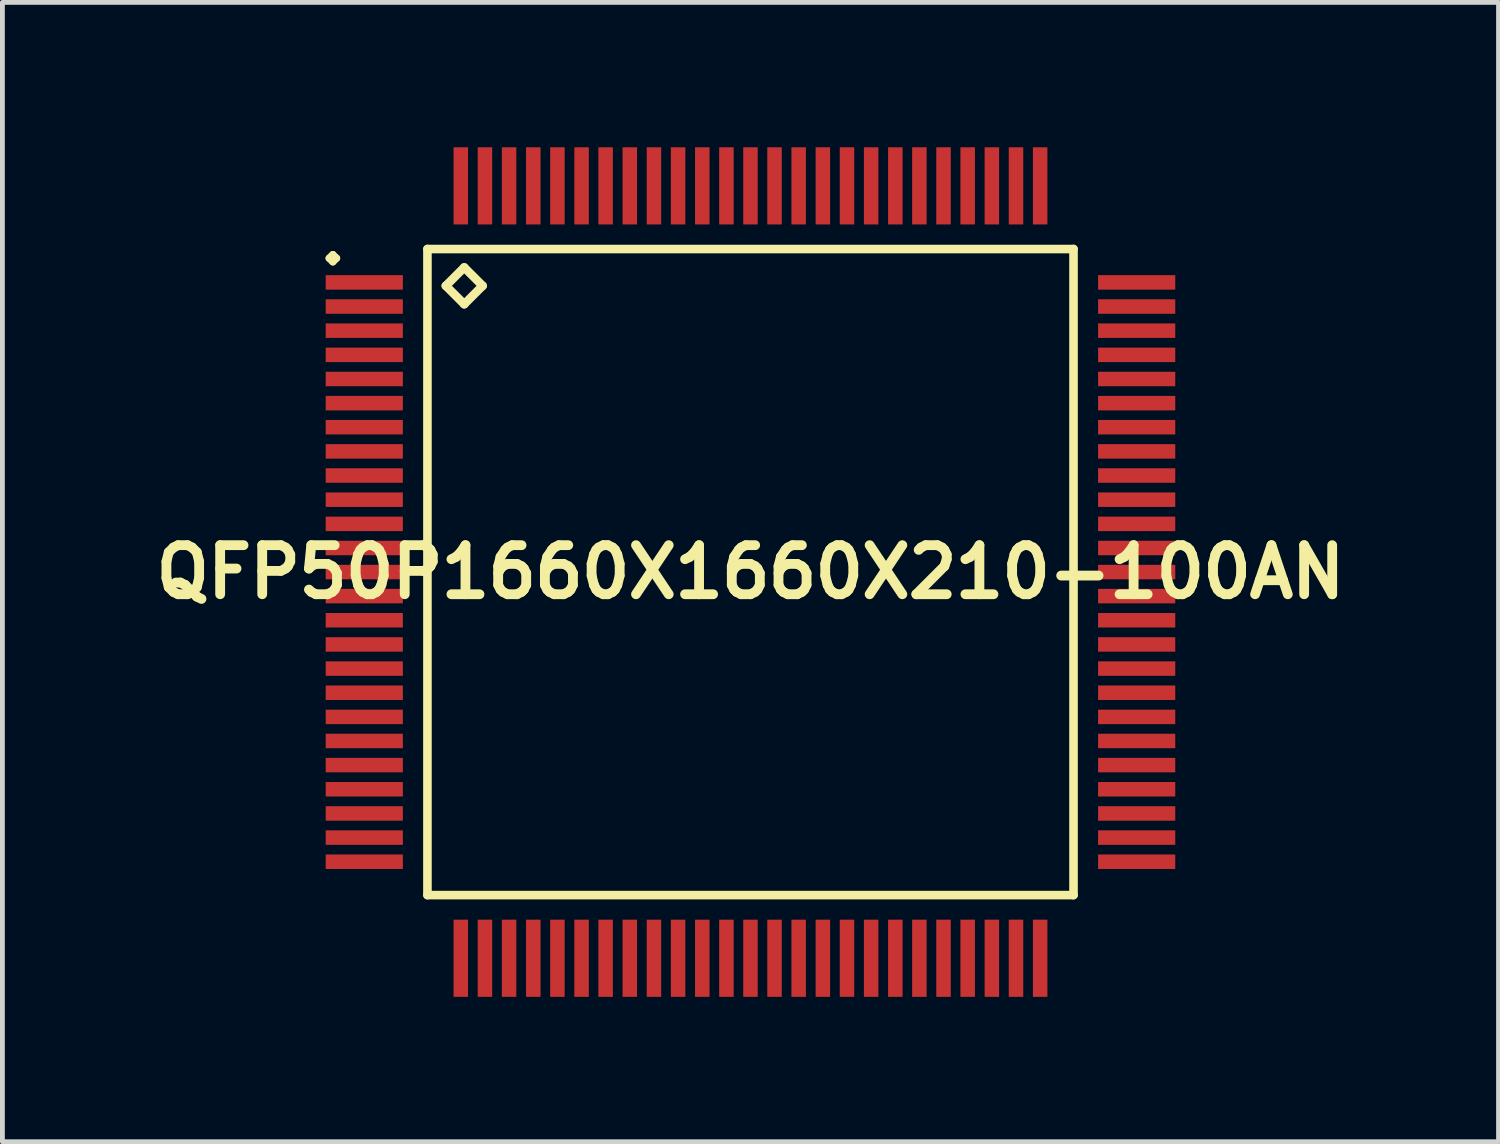
<source format=kicad_pcb>
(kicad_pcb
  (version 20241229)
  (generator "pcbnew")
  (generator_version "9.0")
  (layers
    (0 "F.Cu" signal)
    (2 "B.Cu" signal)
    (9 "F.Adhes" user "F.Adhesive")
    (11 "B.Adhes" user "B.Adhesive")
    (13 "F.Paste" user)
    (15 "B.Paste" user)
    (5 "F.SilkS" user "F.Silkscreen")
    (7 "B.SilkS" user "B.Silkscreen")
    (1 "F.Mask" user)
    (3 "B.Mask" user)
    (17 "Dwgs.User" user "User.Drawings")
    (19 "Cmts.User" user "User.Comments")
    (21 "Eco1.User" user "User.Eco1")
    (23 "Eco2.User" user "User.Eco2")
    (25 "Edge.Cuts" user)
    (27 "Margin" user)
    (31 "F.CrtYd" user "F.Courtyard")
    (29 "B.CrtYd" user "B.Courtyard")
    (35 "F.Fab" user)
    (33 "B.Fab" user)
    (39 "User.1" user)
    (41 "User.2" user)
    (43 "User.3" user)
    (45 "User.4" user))
  (footprint "QFP50P1660X1660X210-100AN"
    (layer "F.Cu")
    (at 12.492 8.797)
    (property "Reference" "QFP50P1660X1660X210-100AN" (at 0 0 0) (layer "F.SilkS") (effects (font (size 1.016 1.016) (thickness 0.203))))
    (attr smd)
    (fp_line (start -8.725 -6.5) (end -8.649 -6.574) (stroke (width 0.15) (type solid)) (layer "F.SilkS"))
    (fp_line (start -8.649 -6.574) (end -8.572 -6.5) (stroke (width 0.15) (type solid)) (layer "F.SilkS"))
    (fp_line (start -8.649 -6.424) (end -8.725 -6.5) (stroke (width 0.15) (type solid)) (layer "F.SilkS"))
    (fp_line (start -8.572 -6.5) (end -8.649 -6.424) (stroke (width 0.15) (type solid)) (layer "F.SilkS"))
    (fp_line (start -6.69 -6.69) (end -6.69 6.69) (stroke (width 0.178) (type solid)) (layer "F.SilkS"))
    (fp_line (start -6.69 6.69) (end 6.69 6.69) (stroke (width 0.178) (type solid)) (layer "F.SilkS"))
    (fp_line (start -6.309 -5.928) (end -5.928 -6.309) (stroke (width 0.178) (type solid)) (layer "F.SilkS"))
    (fp_line (start -5.928 -6.309) (end -5.547 -5.928) (stroke (width 0.178) (type solid)) (layer "F.SilkS"))
    (fp_line (start -5.928 -5.547) (end -6.309 -5.928) (stroke (width 0.178) (type solid)) (layer "F.SilkS"))
    (fp_line (start -5.547 -5.928) (end -5.928 -5.547) (stroke (width 0.178) (type solid)) (layer "F.SilkS"))
    (fp_line (start 6.69 -6.69) (end -6.69 -6.69) (stroke (width 0.178) (type solid)) (layer "F.SilkS"))
    (fp_line (start 6.69 6.69) (end 6.69 -6.69) (stroke (width 0.178) (type solid)) (layer "F.SilkS"))
    (pad "1" smd rect (at -7.998 -5.999) (size 1.598 0.3) (layers "F.Cu" "F.Mask" "F.Paste"))
    (pad "2" smd rect (at -7.998 -5.499) (size 1.598 0.3) (layers "F.Cu" "F.Mask" "F.Paste"))
    (pad "3" smd rect (at -7.998 -4.999) (size 1.598 0.3) (layers "F.Cu" "F.Mask" "F.Paste"))
    (pad "4" smd rect (at -7.998 -4.498) (size 1.598 0.3) (layers "F.Cu" "F.Mask" "F.Paste"))
    (pad "5" smd rect (at -7.998 -3.998) (size 1.598 0.3) (layers "F.Cu" "F.Mask" "F.Paste"))
    (pad "6" smd rect (at -7.998 -3.498) (size 1.598 0.3) (layers "F.Cu" "F.Mask" "F.Paste"))
    (pad "7" smd rect (at -7.998 -3) (size 1.598 0.3) (layers "F.Cu" "F.Mask" "F.Paste"))
    (pad "8" smd rect (at -7.998 -2.499) (size 1.598 0.3) (layers "F.Cu" "F.Mask" "F.Paste"))
    (pad "9" smd rect (at -7.998 -1.999) (size 1.598 0.3) (layers "F.Cu" "F.Mask" "F.Paste"))
    (pad "10" smd rect (at -7.998 -1.499) (size 1.598 0.3) (layers "F.Cu" "F.Mask" "F.Paste"))
    (pad "11" smd rect (at -7.998 -0.998) (size 1.598 0.3) (layers "F.Cu" "F.Mask" "F.Paste"))
    (pad "12" smd rect (at -7.998 -0.498) (size 1.598 0.3) (layers "F.Cu" "F.Mask" "F.Paste"))
    (pad "13" smd rect (at -7.998 0) (size 1.598 0.3) (layers "F.Cu" "F.Mask" "F.Paste"))
    (pad "14" smd rect (at -7.998 0.498) (size 1.598 0.3) (layers "F.Cu" "F.Mask" "F.Paste"))
    (pad "15" smd rect (at -7.998 0.998) (size 1.598 0.3) (layers "F.Cu" "F.Mask" "F.Paste"))
    (pad "16" smd rect (at -7.998 1.499) (size 1.598 0.3) (layers "F.Cu" "F.Mask" "F.Paste"))
    (pad "17" smd rect (at -7.998 1.999) (size 1.598 0.3) (layers "F.Cu" "F.Mask" "F.Paste"))
    (pad "18" smd rect (at -7.998 2.499) (size 1.598 0.3) (layers "F.Cu" "F.Mask" "F.Paste"))
    (pad "19" smd rect (at -7.998 3) (size 1.598 0.3) (layers "F.Cu" "F.Mask" "F.Paste"))
    (pad "20" smd rect (at -7.998 3.498) (size 1.598 0.3) (layers "F.Cu" "F.Mask" "F.Paste"))
    (pad "21" smd rect (at -7.998 3.998) (size 1.598 0.3) (layers "F.Cu" "F.Mask" "F.Paste"))
    (pad "22" smd rect (at -7.998 4.498) (size 1.598 0.3) (layers "F.Cu" "F.Mask" "F.Paste"))
    (pad "23" smd rect (at -7.998 4.999) (size 1.598 0.3) (layers "F.Cu" "F.Mask" "F.Paste"))
    (pad "24" smd rect (at -7.998 5.499) (size 1.598 0.3) (layers "F.Cu" "F.Mask" "F.Paste"))
    (pad "25" smd rect (at -7.998 5.999) (size 1.598 0.3) (layers "F.Cu" "F.Mask" "F.Paste"))
    (pad "26" smd rect (at -5.999 7.998) (size 0.3 1.598) (layers "F.Cu" "F.Mask" "F.Paste"))
    (pad "27" smd rect (at -5.499 7.998) (size 0.3 1.598) (layers "F.Cu" "F.Mask" "F.Paste"))
    (pad "28" smd rect (at -4.999 7.998) (size 0.3 1.598) (layers "F.Cu" "F.Mask" "F.Paste"))
    (pad "29" smd rect (at -4.498 7.998) (size 0.3 1.598) (layers "F.Cu" "F.Mask" "F.Paste"))
    (pad "30" smd rect (at -3.998 7.998) (size 0.3 1.598) (layers "F.Cu" "F.Mask" "F.Paste"))
    (pad "31" smd rect (at -3.498 7.998) (size 0.3 1.598) (layers "F.Cu" "F.Mask" "F.Paste"))
    (pad "32" smd rect (at -3 7.998) (size 0.3 1.598) (layers "F.Cu" "F.Mask" "F.Paste"))
    (pad "33" smd rect (at -2.499 7.998) (size 0.3 1.598) (layers "F.Cu" "F.Mask" "F.Paste"))
    (pad "34" smd rect (at -1.999 7.998) (size 0.3 1.598) (layers "F.Cu" "F.Mask" "F.Paste"))
    (pad "35" smd rect (at -1.499 7.998) (size 0.3 1.598) (layers "F.Cu" "F.Mask" "F.Paste"))
    (pad "36" smd rect (at -0.998 7.998) (size 0.3 1.598) (layers "F.Cu" "F.Mask" "F.Paste"))
    (pad "37" smd rect (at -0.498 7.998) (size 0.3 1.598) (layers "F.Cu" "F.Mask" "F.Paste"))
    (pad "38" smd rect (at 0 7.998) (size 0.3 1.598) (layers "F.Cu" "F.Mask" "F.Paste"))
    (pad "39" smd rect (at 0.498 7.998) (size 0.3 1.598) (layers "F.Cu" "F.Mask" "F.Paste"))
    (pad "40" smd rect (at 0.998 7.998) (size 0.3 1.598) (layers "F.Cu" "F.Mask" "F.Paste"))
    (pad "41" smd rect (at 1.499 7.998) (size 0.3 1.598) (layers "F.Cu" "F.Mask" "F.Paste"))
    (pad "42" smd rect (at 1.999 7.998) (size 0.3 1.598) (layers "F.Cu" "F.Mask" "F.Paste"))
    (pad "43" smd rect (at 2.499 7.998) (size 0.3 1.598) (layers "F.Cu" "F.Mask" "F.Paste"))
    (pad "44" smd rect (at 3 7.998) (size 0.3 1.598) (layers "F.Cu" "F.Mask" "F.Paste"))
    (pad "45" smd rect (at 3.498 7.998) (size 0.3 1.598) (layers "F.Cu" "F.Mask" "F.Paste"))
    (pad "46" smd rect (at 3.998 7.998) (size 0.3 1.598) (layers "F.Cu" "F.Mask" "F.Paste"))
    (pad "47" smd rect (at 4.498 7.998) (size 0.3 1.598) (layers "F.Cu" "F.Mask" "F.Paste"))
    (pad "48" smd rect (at 4.999 7.998) (size 0.3 1.598) (layers "F.Cu" "F.Mask" "F.Paste"))
    (pad "49" smd rect (at 5.499 7.998) (size 0.3 1.598) (layers "F.Cu" "F.Mask" "F.Paste"))
    (pad "50" smd rect (at 5.999 7.998) (size 0.3 1.598) (layers "F.Cu" "F.Mask" "F.Paste"))
    (pad "51" smd rect (at 7.998 5.999) (size 1.598 0.3) (layers "F.Cu" "F.Mask" "F.Paste"))
    (pad "52" smd rect (at 7.998 5.499) (size 1.598 0.3) (layers "F.Cu" "F.Mask" "F.Paste"))
    (pad "53" smd rect (at 7.998 4.999) (size 1.598 0.3) (layers "F.Cu" "F.Mask" "F.Paste"))
    (pad "54" smd rect (at 7.998 4.498) (size 1.598 0.3) (layers "F.Cu" "F.Mask" "F.Paste"))
    (pad "55" smd rect (at 7.998 3.998) (size 1.598 0.3) (layers "F.Cu" "F.Mask" "F.Paste"))
    (pad "56" smd rect (at 7.998 3.498) (size 1.598 0.3) (layers "F.Cu" "F.Mask" "F.Paste"))
    (pad "57" smd rect (at 7.998 3) (size 1.598 0.3) (layers "F.Cu" "F.Mask" "F.Paste"))
    (pad "58" smd rect (at 7.998 2.499) (size 1.598 0.3) (layers "F.Cu" "F.Mask" "F.Paste"))
    (pad "59" smd rect (at 7.998 1.999) (size 1.598 0.3) (layers "F.Cu" "F.Mask" "F.Paste"))
    (pad "60" smd rect (at 7.998 1.499) (size 1.598 0.3) (layers "F.Cu" "F.Mask" "F.Paste"))
    (pad "61" smd rect (at 7.998 0.998) (size 1.598 0.3) (layers "F.Cu" "F.Mask" "F.Paste"))
    (pad "62" smd rect (at 7.998 0.498) (size 1.598 0.3) (layers "F.Cu" "F.Mask" "F.Paste"))
    (pad "63" smd rect (at 7.998 0) (size 1.598 0.3) (layers "F.Cu" "F.Mask" "F.Paste"))
    (pad "64" smd rect (at 7.998 -0.498) (size 1.598 0.3) (layers "F.Cu" "F.Mask" "F.Paste"))
    (pad "65" smd rect (at 7.998 -0.998) (size 1.598 0.3) (layers "F.Cu" "F.Mask" "F.Paste"))
    (pad "66" smd rect (at 7.998 -1.499) (size 1.598 0.3) (layers "F.Cu" "F.Mask" "F.Paste"))
    (pad "67" smd rect (at 7.998 -1.999) (size 1.598 0.3) (layers "F.Cu" "F.Mask" "F.Paste"))
    (pad "68" smd rect (at 7.998 -2.499) (size 1.598 0.3) (layers "F.Cu" "F.Mask" "F.Paste"))
    (pad "69" smd rect (at 7.998 -3) (size 1.598 0.3) (layers "F.Cu" "F.Mask" "F.Paste"))
    (pad "70" smd rect (at 7.998 -3.498) (size 1.598 0.3) (layers "F.Cu" "F.Mask" "F.Paste"))
    (pad "71" smd rect (at 7.998 -3.998) (size 1.598 0.3) (layers "F.Cu" "F.Mask" "F.Paste"))
    (pad "72" smd rect (at 7.998 -4.498) (size 1.598 0.3) (layers "F.Cu" "F.Mask" "F.Paste"))
    (pad "73" smd rect (at 7.998 -4.999) (size 1.598 0.3) (layers "F.Cu" "F.Mask" "F.Paste"))
    (pad "74" smd rect (at 7.998 -5.499) (size 1.598 0.3) (layers "F.Cu" "F.Mask" "F.Paste"))
    (pad "75" smd rect (at 7.998 -5.999) (size 1.598 0.3) (layers "F.Cu" "F.Mask" "F.Paste"))
    (pad "76" smd rect (at 5.999 -7.998) (size 0.3 1.598) (layers "F.Cu" "F.Mask" "F.Paste"))
    (pad "77" smd rect (at 5.499 -7.998) (size 0.3 1.598) (layers "F.Cu" "F.Mask" "F.Paste"))
    (pad "78" smd rect (at 4.999 -7.998) (size 0.3 1.598) (layers "F.Cu" "F.Mask" "F.Paste"))
    (pad "79" smd rect (at 4.498 -7.998) (size 0.3 1.598) (layers "F.Cu" "F.Mask" "F.Paste"))
    (pad "80" smd rect (at 3.998 -7.998) (size 0.3 1.598) (layers "F.Cu" "F.Mask" "F.Paste"))
    (pad "81" smd rect (at 3.498 -7.998) (size 0.3 1.598) (layers "F.Cu" "F.Mask" "F.Paste"))
    (pad "82" smd rect (at 3 -7.998) (size 0.3 1.598) (layers "F.Cu" "F.Mask" "F.Paste"))
    (pad "83" smd rect (at 2.499 -7.998) (size 0.3 1.598) (layers "F.Cu" "F.Mask" "F.Paste"))
    (pad "84" smd rect (at 1.999 -7.998) (size 0.3 1.598) (layers "F.Cu" "F.Mask" "F.Paste"))
    (pad "85" smd rect (at 1.499 -7.998) (size 0.3 1.598) (layers "F.Cu" "F.Mask" "F.Paste"))
    (pad "86" smd rect (at 0.998 -7.998) (size 0.3 1.598) (layers "F.Cu" "F.Mask" "F.Paste"))
    (pad "87" smd rect (at 0.498 -7.998) (size 0.3 1.598) (layers "F.Cu" "F.Mask" "F.Paste"))
    (pad "88" smd rect (at 0 -7.998) (size 0.3 1.598) (layers "F.Cu" "F.Mask" "F.Paste"))
    (pad "89" smd rect (at -0.498 -7.998) (size 0.3 1.598) (layers "F.Cu" "F.Mask" "F.Paste"))
    (pad "90" smd rect (at -0.998 -7.998) (size 0.3 1.598) (layers "F.Cu" "F.Mask" "F.Paste"))
    (pad "91" smd rect (at -1.499 -7.998) (size 0.3 1.598) (layers "F.Cu" "F.Mask" "F.Paste"))
    (pad "92" smd rect (at -1.999 -7.998) (size 0.3 1.598) (layers "F.Cu" "F.Mask" "F.Paste"))
    (pad "93" smd rect (at -2.499 -7.998) (size 0.3 1.598) (layers "F.Cu" "F.Mask" "F.Paste"))
    (pad "94" smd rect (at -3 -7.998) (size 0.3 1.598) (layers "F.Cu" "F.Mask" "F.Paste"))
    (pad "95" smd rect (at -3.498 -7.998) (size 0.3 1.598) (layers "F.Cu" "F.Mask" "F.Paste"))
    (pad "96" smd rect (at -3.998 -7.998) (size 0.3 1.598) (layers "F.Cu" "F.Mask" "F.Paste"))
    (pad "97" smd rect (at -4.498 -7.998) (size 0.3 1.598) (layers "F.Cu" "F.Mask" "F.Paste"))
    (pad "98" smd rect (at -4.999 -7.998) (size 0.3 1.598) (layers "F.Cu" "F.Mask" "F.Paste"))
    (pad "99" smd rect (at -5.499 -7.998) (size 0.3 1.598) (layers "F.Cu" "F.Mask" "F.Paste"))
    (pad "100" smd rect (at -5.999 -7.998) (size 0.3 1.598) (layers "F.Cu" "F.Mask" "F.Paste")))
  (gr_rect
    (start -3 -3)
    (end 27.984 20.595)
    (stroke (width 0.1) (type default))
    (fill no)
    (layer "Edge.Cuts")))
</source>
